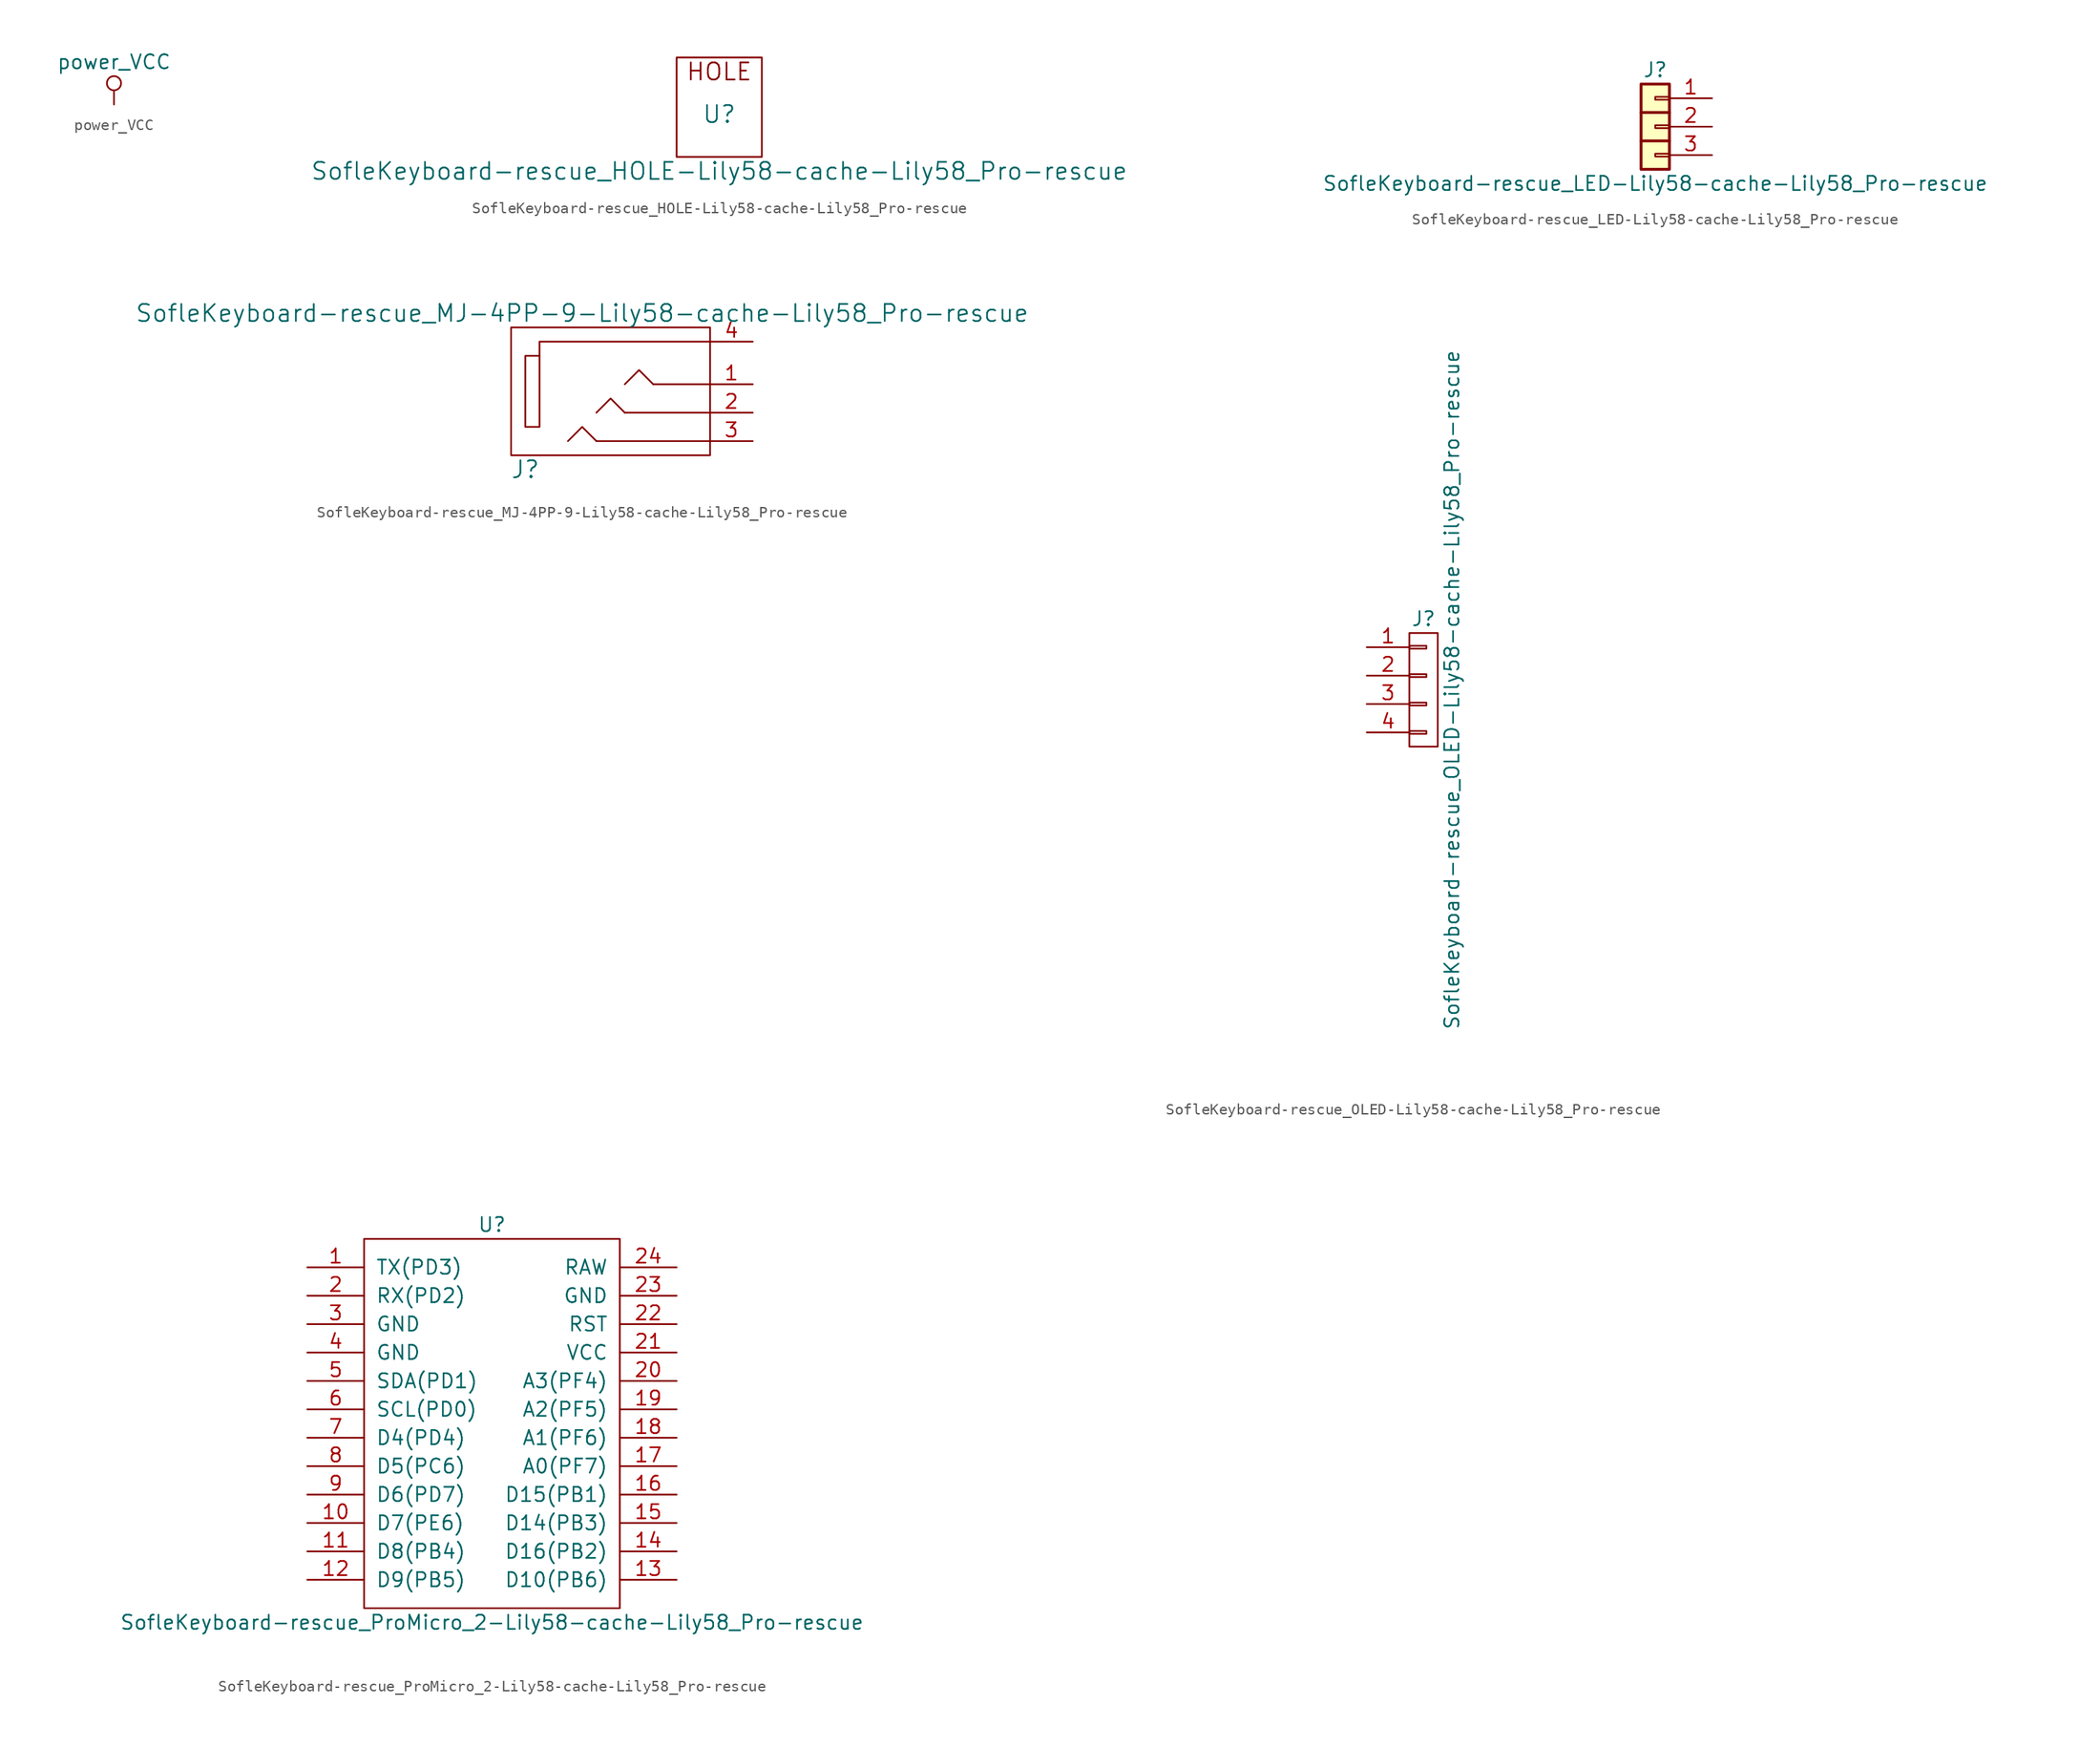
<source format=kicad_sym>
(kicad_symbol_lib
  (version 20231120)
  (generator "kicad_symbol_editor")
  (generator_version "8.0")
  (symbol "power_VCC"
    (power)
    (pin_names
      (offset 0))
    (property "Reference" "#PWR"
      (at 0 -3.81 0)
      (effects (font (size 1.27 1.27)) (hide yes)))
    (property "Value" "power_VCC"
      (at 0 3.81 0)
      (effects (font (size 1.27 1.27))))
    (symbol "power_VCC_0_1"
      (polyline (pts (xy 0 0) (xy 0 1.27)) (stroke (width 0) (type solid)) (fill (type none)))
      (circle (center 0 1.905) (radius 0.635) (stroke (width 0) (type solid)) (fill (type none))))
    (symbol "power_VCC_1_1"
      (pin power_in line (at 0 0 90) (length 0) hide (name "VCC" (effects (font (size 1.27 1.27)))) (number "1" (effects (font (size 1.27 1.27)))))))
  (symbol "SofleKeyboard-rescue_HOLE-Lily58-cache-Lily58_Pro-rescue"
    (pin_names
      (offset 1.016))
    (property "Reference" "U"
      (at 0 0 0)
      (effects (font (size 1.524 1.524))))
    (property "Value" "SofleKeyboard-rescue_HOLE-Lily58-cache-Lily58_Pro-rescue"
      (at 0 -5.08 0)
      (effects (font (size 1.524 1.524))))
    (property "Footprint" ""
      (at 0 0 0)
      (effects (font (size 1.524 1.524))))
    (property "Datasheet" ""
      (at 0 0 0)
      (effects (font (size 1.524 1.524))))
    (symbol "SofleKeyboard-rescue_HOLE-Lily58-cache-Lily58_Pro-rescue_0_0"
      (text "HOLE" (at 0 3.81 0) (effects (font (size 1.524 1.524)))))
    (symbol "SofleKeyboard-rescue_HOLE-Lily58-cache-Lily58_Pro-rescue_0_1"
      (rectangle (start 3.81 5.08) (end -3.81 -3.81) (stroke (width 0) (type solid)) (fill (type none)))))
  (symbol "SofleKeyboard-rescue_LED-Lily58-cache-Lily58_Pro-rescue"
    (pin_names
      (offset 1.016) hide)
    (property "Reference" "J"
      (at 0 5.08 0)
      (effects (font (size 1.27 1.27))))
    (property "Value" "SofleKeyboard-rescue_LED-Lily58-cache-Lily58_Pro-rescue"
      (at 0 -5.08 0)
      (effects (font (size 1.27 1.27))))
    (symbol "SofleKeyboard-rescue_LED-Lily58-cache-Lily58_Pro-rescue_1_1"
      (rectangle (start -1.27 3.81) (end 1.27 -3.81) (stroke (width 0.254) (type solid)) (fill (type background)))
      (rectangle (start 0 -2.413) (end 1.27 -2.667) (stroke (width 0.152) (type solid)) (fill (type none)))
      (polyline (pts (xy -1.27 -1.27) (xy 1.27 -1.27)) (stroke (width 0.254) (type solid)) (fill (type none)))
      (polyline (pts (xy -1.27 1.27) (xy 1.27 1.27)) (stroke (width 0.254) (type solid)) (fill (type none)))
      (rectangle (start 0 0.127) (end 1.27 -0.127) (stroke (width 0.152) (type solid)) (fill (type none)))
      (rectangle (start 0 2.667) (end 1.27 2.413) (stroke (width 0.152) (type solid)) (fill (type none)))
      (pin passive line (at 5.08 2.54 180) (length 3.81) (name "Pin_1" (effects (font (size 1.27 1.27)))) (number "1" (effects (font (size 1.27 1.27)))))
      (pin passive line (at 5.08 0 180) (length 3.81) (name "Pin_2" (effects (font (size 1.27 1.27)))) (number "2" (effects (font (size 1.27 1.27)))))
      (pin passive line (at 5.08 -2.54 180) (length 3.81) (name "Pin_3" (effects (font (size 1.27 1.27)))) (number "3" (effects (font (size 1.27 1.27)))))))
  (symbol "SofleKeyboard-rescue_MJ-4PP-9-Lily58-cache-Lily58_Pro-rescue"
    (pin_names
      (offset 1.016))
    (property "Reference" "J"
      (at -8.89 -7.62 0)
      (effects (font (size 1.524 1.524))))
    (property "Value" "SofleKeyboard-rescue_MJ-4PP-9-Lily58-cache-Lily58_Pro-rescue"
      (at -3.81 6.35 0)
      (effects (font (size 1.524 1.524))))
    (property "Footprint" ""
      (at 0 0 0)
      (effects (font (size 1.524 1.524))))
    (property "Datasheet" ""
      (at 0 0 0)
      (effects (font (size 1.524 1.524))))
    (symbol "SofleKeyboard-rescue_MJ-4PP-9-Lily58-cache-Lily58_Pro-rescue_0_1"
      (rectangle (start -7.62 2.54) (end -8.89 -3.81) (stroke (width 0) (type solid)) (fill (type none)))
      (polyline (pts (xy 2.54 0) (xy 7.62 0)) (stroke (width 0) (type solid)) (fill (type none)))
      (polyline (pts (xy -2.54 -5.08) (xy 7.62 -5.08) (xy 7.62 -5.08)) (stroke (width 0) (type solid)) (fill (type none)))
      (polyline (pts (xy 0 -2.54) (xy -1.27 -1.27) (xy -2.54 -2.54)) (stroke (width 0) (type solid)) (fill (type none)))
      (polyline (pts (xy 0 0) (xy 1.27 1.27) (xy 2.54 0)) (stroke (width 0) (type solid)) (fill (type none)))
      (polyline (pts (xy 7.62 3.81) (xy -7.62 3.81) (xy -7.62 2.54)) (stroke (width 0) (type solid)) (fill (type none)))
      (polyline (pts (xy -2.54 -5.08) (xy -3.81 -3.81) (xy -5.08 -5.08) (xy -5.08 -5.08)) (stroke (width 0) (type solid)) (fill (type none)))
      (polyline (pts (xy 0 -2.54) (xy 7.62 -2.54) (xy 7.62 -2.54) (xy 7.62 -2.54)) (stroke (width 0) (type solid)) (fill (type none)))
      (rectangle (start 7.62 -6.35) (end -10.16 5.08) (stroke (width 0) (type solid)) (fill (type none))))
    (symbol "SofleKeyboard-rescue_MJ-4PP-9-Lily58-cache-Lily58_Pro-rescue_1_1"
      (pin passive line (at 11.43 0 180) (length 3.81) (name "~" (effects (font (size 1.27 1.27)))) (number "1" (effects (font (size 1.27 1.27)))))
      (pin passive line (at 11.43 -2.54 180) (length 3.81) (name "~" (effects (font (size 1.27 1.27)))) (number "2" (effects (font (size 1.27 1.27)))))
      (pin passive line (at 11.43 -5.08 180) (length 3.81) (name "~" (effects (font (size 1.27 1.27)))) (number "3" (effects (font (size 1.27 1.27)))))
      (pin passive line (at 11.43 3.81 180) (length 3.81) (name "~" (effects (font (size 1.27 1.27)))) (number "4" (effects (font (size 1.27 1.27)))))))
  (symbol "SofleKeyboard-rescue_OLED-Lily58-cache-Lily58_Pro-rescue"
    (pin_names
      (offset 1.016) hide)
    (property "Reference" "J"
      (at 0 6.35 0)
      (effects (font (size 1.27 1.27))))
    (property "Value" "SofleKeyboard-rescue_OLED-Lily58-cache-Lily58_Pro-rescue"
      (at 2.54 0 90)
      (effects (font (size 1.27 1.27))))
    (property "Footprint" ""
      (at 0 0 0)
      (effects (font (size 1.27 1.27))))
    (property "Datasheet" ""
      (at 0 0 0)
      (effects (font (size 1.27 1.27))))
    (symbol "SofleKeyboard-rescue_OLED-Lily58-cache-Lily58_Pro-rescue_0_1"
      (rectangle (start -1.27 -3.683) (end 0.254 -3.937) (stroke (width 0) (type solid)) (fill (type none)))
      (rectangle (start -1.27 -1.143) (end 0.254 -1.397) (stroke (width 0) (type solid)) (fill (type none)))
      (rectangle (start -1.27 1.397) (end 0.254 1.143) (stroke (width 0) (type solid)) (fill (type none)))
      (rectangle (start -1.27 3.937) (end 0.254 3.683) (stroke (width 0) (type solid)) (fill (type none)))
      (rectangle (start -1.27 5.08) (end 1.27 -5.08) (stroke (width 0) (type solid)) (fill (type none))))
    (symbol "SofleKeyboard-rescue_OLED-Lily58-cache-Lily58_Pro-rescue_1_1"
      (pin passive line (at -5.08 3.81 0) (length 3.81) (name "P1" (effects (font (size 1.27 1.27)))) (number "1" (effects (font (size 1.27 1.27)))))
      (pin passive line (at -5.08 1.27 0) (length 3.81) (name "P2" (effects (font (size 1.27 1.27)))) (number "2" (effects (font (size 1.27 1.27)))))
      (pin passive line (at -5.08 -1.27 0) (length 3.81) (name "P3" (effects (font (size 1.27 1.27)))) (number "3" (effects (font (size 1.27 1.27)))))
      (pin passive line (at -5.08 -3.81 0) (length 3.81) (name "P4" (effects (font (size 1.27 1.27)))) (number "4" (effects (font (size 1.27 1.27)))))))
  (symbol "SofleKeyboard-rescue_ProMicro_2-Lily58-cache-Lily58_Pro-rescue"
    (pin_names
      (offset 1.016))
    (property "Reference" "U"
      (at 0 17.78 0)
      (effects (font (size 1.27 1.27))))
    (property "Value" "SofleKeyboard-rescue_ProMicro_2-Lily58-cache-Lily58_Pro-rescue"
      (at 0 -17.78 0)
      (effects (font (size 1.27 1.27))))
    (symbol "SofleKeyboard-rescue_ProMicro_2-Lily58-cache-Lily58_Pro-rescue_0_1"
      (rectangle (start -11.43 16.51) (end 11.43 -16.51) (stroke (width 0) (type solid)) (fill (type none))))
    (symbol "SofleKeyboard-rescue_ProMicro_2-Lily58-cache-Lily58_Pro-rescue_1_1"
      (pin input line (at -16.51 13.97 0) (length 5.08) (name "TX(PD3)" (effects (font (size 1.27 1.27)))) (number "1" (effects (font (size 1.27 1.27)))))
      (pin input line (at -16.51 -8.89 0) (length 5.08) (name "D7(PE6)" (effects (font (size 1.27 1.27)))) (number "10" (effects (font (size 1.27 1.27)))))
      (pin input line (at -16.51 -11.43 0) (length 5.08) (name "D8(PB4)" (effects (font (size 1.27 1.27)))) (number "11" (effects (font (size 1.27 1.27)))))
      (pin input line (at -16.51 -13.97 0) (length 5.08) (name "D9(PB5)" (effects (font (size 1.27 1.27)))) (number "12" (effects (font (size 1.27 1.27)))))
      (pin input line (at 16.51 -13.97 180) (length 5.08) (name "D10(PB6)" (effects (font (size 1.27 1.27)))) (number "13" (effects (font (size 1.27 1.27)))))
      (pin input line (at 16.51 -11.43 180) (length 5.08) (name "D16(PB2)" (effects (font (size 1.27 1.27)))) (number "14" (effects (font (size 1.27 1.27)))))
      (pin input line (at 16.51 -8.89 180) (length 5.08) (name "D14(PB3)" (effects (font (size 1.27 1.27)))) (number "15" (effects (font (size 1.27 1.27)))))
      (pin input line (at 16.51 -6.35 180) (length 5.08) (name "D15(PB1)" (effects (font (size 1.27 1.27)))) (number "16" (effects (font (size 1.27 1.27)))))
      (pin input line (at 16.51 -3.81 180) (length 5.08) (name "A0(PF7)" (effects (font (size 1.27 1.27)))) (number "17" (effects (font (size 1.27 1.27)))))
      (pin input line (at 16.51 -1.27 180) (length 5.08) (name "A1(PF6)" (effects (font (size 1.27 1.27)))) (number "18" (effects (font (size 1.27 1.27)))))
      (pin input line (at 16.51 1.27 180) (length 5.08) (name "A2(PF5)" (effects (font (size 1.27 1.27)))) (number "19" (effects (font (size 1.27 1.27)))))
      (pin input line (at -16.51 11.43 0) (length 5.08) (name "RX(PD2)" (effects (font (size 1.27 1.27)))) (number "2" (effects (font (size 1.27 1.27)))))
      (pin input line (at 16.51 3.81 180) (length 5.08) (name "A3(PF4)" (effects (font (size 1.27 1.27)))) (number "20" (effects (font (size 1.27 1.27)))))
      (pin input line (at 16.51 6.35 180) (length 5.08) (name "VCC" (effects (font (size 1.27 1.27)))) (number "21" (effects (font (size 1.27 1.27)))))
      (pin input line (at 16.51 8.89 180) (length 5.08) (name "RST" (effects (font (size 1.27 1.27)))) (number "22" (effects (font (size 1.27 1.27)))))
      (pin input line (at 16.51 11.43 180) (length 5.08) (name "GND" (effects (font (size 1.27 1.27)))) (number "23" (effects (font (size 1.27 1.27)))))
      (pin input line (at 16.51 13.97 180) (length 5.08) (name "RAW" (effects (font (size 1.27 1.27)))) (number "24" (effects (font (size 1.27 1.27)))))
      (pin input line (at -16.51 8.89 0) (length 5.08) (name "GND" (effects (font (size 1.27 1.27)))) (number "3" (effects (font (size 1.27 1.27)))))
      (pin input line (at -16.51 6.35 0) (length 5.08) (name "GND" (effects (font (size 1.27 1.27)))) (number "4" (effects (font (size 1.27 1.27)))))
      (pin input line (at -16.51 3.81 0) (length 5.08) (name "SDA(PD1)" (effects (font (size 1.27 1.27)))) (number "5" (effects (font (size 1.27 1.27)))))
      (pin input line (at -16.51 1.27 0) (length 5.08) (name "SCL(PD0)" (effects (font (size 1.27 1.27)))) (number "6" (effects (font (size 1.27 1.27)))))
      (pin input line (at -16.51 -1.27 0) (length 5.08) (name "D4(PD4)" (effects (font (size 1.27 1.27)))) (number "7" (effects (font (size 1.27 1.27)))))
      (pin input line (at -16.51 -3.81 0) (length 5.08) (name "D5(PC6)" (effects (font (size 1.27 1.27)))) (number "8" (effects (font (size 1.27 1.27)))))
      (pin input line (at -16.51 -6.35 0) (length 5.08) (name "D6(PD7)" (effects (font (size 1.27 1.27)))) (number "9" (effects (font (size 1.27 1.27))))))))
</source>
